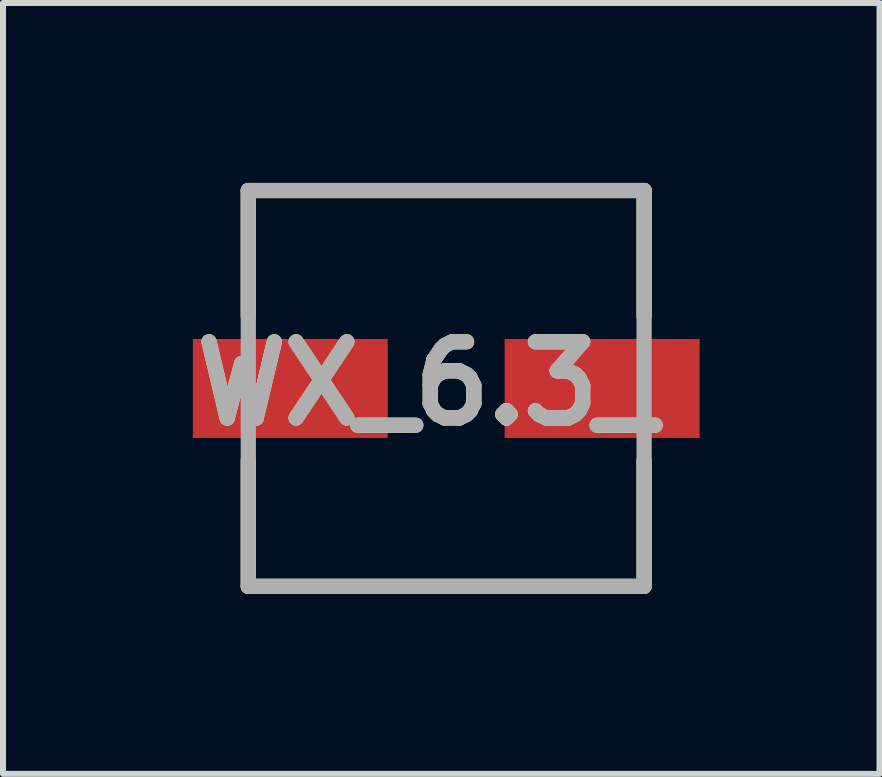
<source format=kicad_pcb>
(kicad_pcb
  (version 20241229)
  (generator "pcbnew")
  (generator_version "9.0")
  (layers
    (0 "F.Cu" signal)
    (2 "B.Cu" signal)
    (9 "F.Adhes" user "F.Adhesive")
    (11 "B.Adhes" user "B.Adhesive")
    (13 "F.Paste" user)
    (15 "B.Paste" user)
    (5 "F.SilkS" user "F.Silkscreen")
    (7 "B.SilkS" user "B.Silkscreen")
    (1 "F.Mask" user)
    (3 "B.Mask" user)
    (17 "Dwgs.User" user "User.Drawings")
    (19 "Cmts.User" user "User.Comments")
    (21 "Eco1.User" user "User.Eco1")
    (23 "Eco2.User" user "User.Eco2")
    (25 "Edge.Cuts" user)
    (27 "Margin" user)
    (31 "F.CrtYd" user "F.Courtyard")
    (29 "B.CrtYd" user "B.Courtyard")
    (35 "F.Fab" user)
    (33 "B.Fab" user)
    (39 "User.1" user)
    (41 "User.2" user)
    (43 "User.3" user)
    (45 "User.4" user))
  (footprint "WX_6.3_"
    (layer "F.Cu")
    (at 4.39 3.427)
    (property "Reference" "WX_6.3_" (at -0.326 -0.082 0) (layer "F.SilkS") (effects (font (size 1.27 1.27) (thickness 0.254))))
    (attr smd)
    (fp_line (start -3.3 -3.3) (end -3.3 -1.2) (stroke (width 0.254) (type solid)) (layer "F.SilkS"))
    (fp_line (start -3.3 -3.3) (end 3.3 -3.3) (stroke (width 0.254) (type solid)) (layer "F.SilkS"))
    (fp_line (start -3.3 3.3) (end -3.3 1.2) (stroke (width 0.254) (type solid)) (layer "F.SilkS"))
    (fp_line (start 3.3 -3.3) (end 3.3 -1.2) (stroke (width 0.254) (type solid)) (layer "F.SilkS"))
    (fp_line (start 3.3 3.3) (end -3.3 3.3) (stroke (width 0.254) (type solid)) (layer "F.SilkS"))
    (fp_line (start 3.3 3.3) (end 3.3 1.2) (stroke (width 0.254) (type solid)) (layer "F.SilkS"))
    (fp_line (start -3.3 -3.3) (end 3.3 -3.3) (stroke (width 0.254) (type solid)) (layer "F.Fab"))
    (fp_line (start -3.3 3.3) (end -3.3 -3.3) (stroke (width 0.254) (type solid)) (layer "F.Fab"))
    (fp_line (start 3.3 -3.3) (end 3.3 3.3) (stroke (width 0.254) (type solid)) (layer "F.Fab"))
    (fp_line (start 3.3 3.3) (end -3.3 3.3) (stroke (width 0.254) (type solid)) (layer "F.Fab"))
    (fp_text user "${REFERENCE}" (at -0.326 -0.082 0) (layer "F.Fab") (effects (font (size 1.27 1.27) (thickness 0.254))))
    (pad "1" smd rect (at -2.6 0 90) (size 1.65 3.25) (layers "F.Cu" "F.Mask" "F.Paste"))
    (pad "2" smd rect (at 2.6 0 90) (size 1.65 3.25) (layers "F.Cu" "F.Mask" "F.Paste")))
  (gr_rect
    (start -3 -3)
    (end 11.615 9.854)
    (stroke (width 0.1) (type default))
    (fill no)
    (layer "Edge.Cuts")))
</source>
